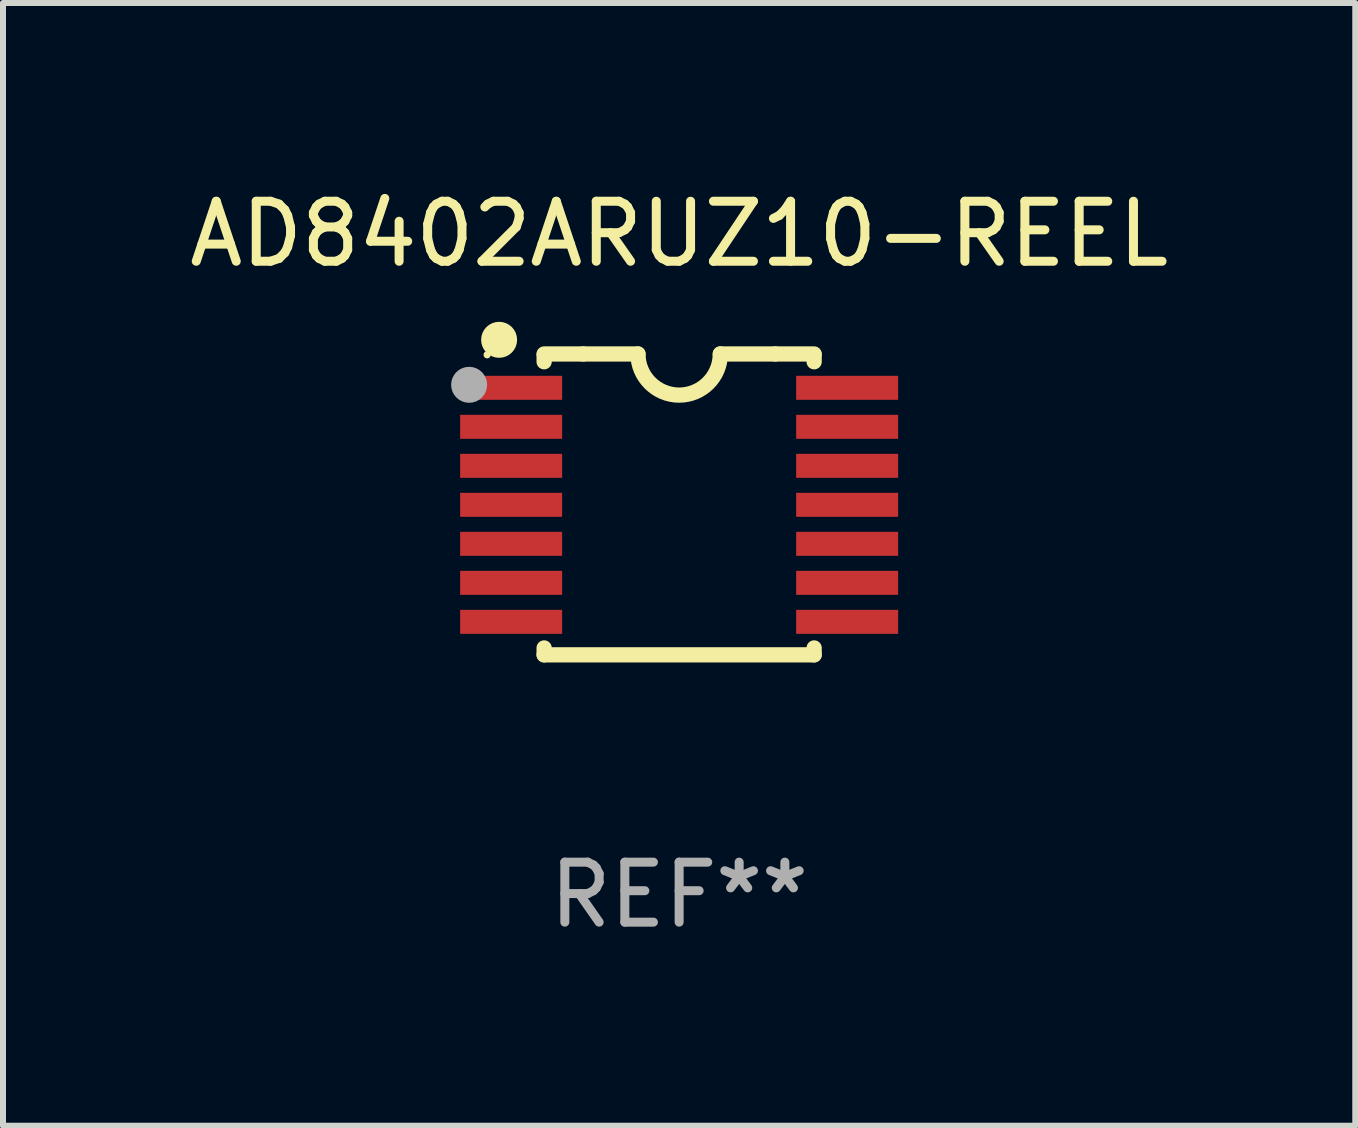
<source format=kicad_pcb>
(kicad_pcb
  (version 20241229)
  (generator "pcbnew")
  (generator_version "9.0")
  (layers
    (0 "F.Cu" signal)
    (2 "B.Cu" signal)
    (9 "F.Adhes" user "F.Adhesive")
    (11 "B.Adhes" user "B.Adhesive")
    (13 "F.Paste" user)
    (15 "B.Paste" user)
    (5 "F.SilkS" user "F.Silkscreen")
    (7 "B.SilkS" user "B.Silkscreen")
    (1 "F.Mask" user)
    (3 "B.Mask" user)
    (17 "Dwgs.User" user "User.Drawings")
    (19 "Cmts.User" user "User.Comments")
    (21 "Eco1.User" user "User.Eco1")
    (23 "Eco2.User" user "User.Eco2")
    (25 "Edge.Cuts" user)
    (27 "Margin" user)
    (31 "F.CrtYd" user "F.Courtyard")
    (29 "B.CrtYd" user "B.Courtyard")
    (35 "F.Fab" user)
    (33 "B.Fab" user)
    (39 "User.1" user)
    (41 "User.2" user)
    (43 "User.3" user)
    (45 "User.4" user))
  (footprint "AD8402ARUZ10-REEL"
    (layer "F.Cu")
    (at 8.268 5.356)
    (property "Reference" "AD8402ARUZ10-REEL" (at 0 -4.507 0) (layer "F.SilkS") (effects (font (size 1 1) (thickness 0.15))))
    (attr through_hole)
    (fp_line (start -2.25 -2.377) (end -2.25 -2.493) (stroke (width 0.254) (type solid)) (layer "F.SilkS"))
    (fp_line (start -2.25 2.507) (end -2.25 2.392) (stroke (width 0.254) (type solid)) (layer "F.SilkS"))
    (fp_line (start -1.6 -2.507) (end -2.25 -2.507) (stroke (width 0.254) (type solid)) (layer "F.SilkS"))
    (fp_line (start -1.6 -2.507) (end -0.686 -2.507) (stroke (width 0.254) (type solid)) (layer "F.SilkS"))
    (fp_line (start 0.686 -2.507) (end 1.6 -2.507) (stroke (width 0.254) (type solid)) (layer "F.SilkS"))
    (fp_line (start 1.6 -2.507) (end 2.25 -2.507) (stroke (width 0.254) (type solid)) (layer "F.SilkS"))
    (fp_line (start 2.25 -2.493) (end 2.25 -2.377) (stroke (width 0.254) (type solid)) (layer "F.SilkS"))
    (fp_line (start 2.25 2.392) (end 2.25 2.507) (stroke (width 0.254) (type solid)) (layer "F.SilkS"))
    (fp_line (start 2.25 2.507) (end -2.25 2.507) (stroke (width 0.254) (type solid)) (layer "F.SilkS"))
    (fp_arc (start 0.685852 -2.507303) (mid 0.000051 -1.821502) (end -0.68575 -2.507303) (stroke (width 0.254001) (type solid)) (layer "F.SilkS"))
    (fp_circle (center -3.2 -2.493) (end -3.17 -2.493) (stroke (width 0.06) (type solid)) (fill no) (layer "F.SilkS"))
    (fp_circle (center -3 -2.743) (end -2.85 -2.743) (stroke (width 0.3) (type solid)) (fill no) (layer "F.SilkS"))
    (fp_circle (center -3.5 -1.993) (end -3.35 -1.993) (stroke (width 0.3) (type solid)) (fill no) (layer "F.Fab"))
    (fp_text user "REF**" (at 0 6.507 0) (layer "F.Fab") (effects (font (size 1 1) (thickness 0.15))))
    (pad "1" smd rect (at -2.8 -1.943) (size 1.7 0.4) (layers "F.Cu" "F.Mask" "F.Paste"))
    (pad "2" smd rect (at -2.8 -1.293) (size 1.7 0.4) (layers "F.Cu" "F.Mask" "F.Paste"))
    (pad "3" smd rect (at -2.8 -0.643) (size 1.7 0.4) (layers "F.Cu" "F.Mask" "F.Paste"))
    (pad "4" smd rect (at -2.8 0.007) (size 1.7 0.4) (layers "F.Cu" "F.Mask" "F.Paste"))
    (pad "5" smd rect (at -2.8 0.657) (size 1.7 0.4) (layers "F.Cu" "F.Mask" "F.Paste"))
    (pad "6" smd rect (at -2.8 1.307) (size 1.7 0.4) (layers "F.Cu" "F.Mask" "F.Paste"))
    (pad "7" smd rect (at -2.8 1.957) (size 1.7 0.4) (layers "F.Cu" "F.Mask" "F.Paste"))
    (pad "8" smd rect (at 2.8 1.957) (size 1.7 0.4) (layers "F.Cu" "F.Mask" "F.Paste"))
    (pad "9" smd rect (at 2.8 1.307) (size 1.7 0.4) (layers "F.Cu" "F.Mask" "F.Paste"))
    (pad "10" smd rect (at 2.8 0.657) (size 1.7 0.4) (layers "F.Cu" "F.Mask" "F.Paste"))
    (pad "11" smd rect (at 2.8 0.007) (size 1.7 0.4) (layers "F.Cu" "F.Mask" "F.Paste"))
    (pad "12" smd rect (at 2.8 -0.643) (size 1.7 0.4) (layers "F.Cu" "F.Mask" "F.Paste"))
    (pad "13" smd rect (at 2.8 -1.293) (size 1.7 0.4) (layers "F.Cu" "F.Mask" "F.Paste"))
    (pad "14" smd rect (at 2.8 -1.943) (size 1.7 0.4) (layers "F.Cu" "F.Mask" "F.Paste")))
  (gr_rect
    (start -3 -3)
    (end 19.536 15.711)
    (stroke (width 0.1) (type default))
    (fill no)
    (layer "Edge.Cuts")))
</source>
